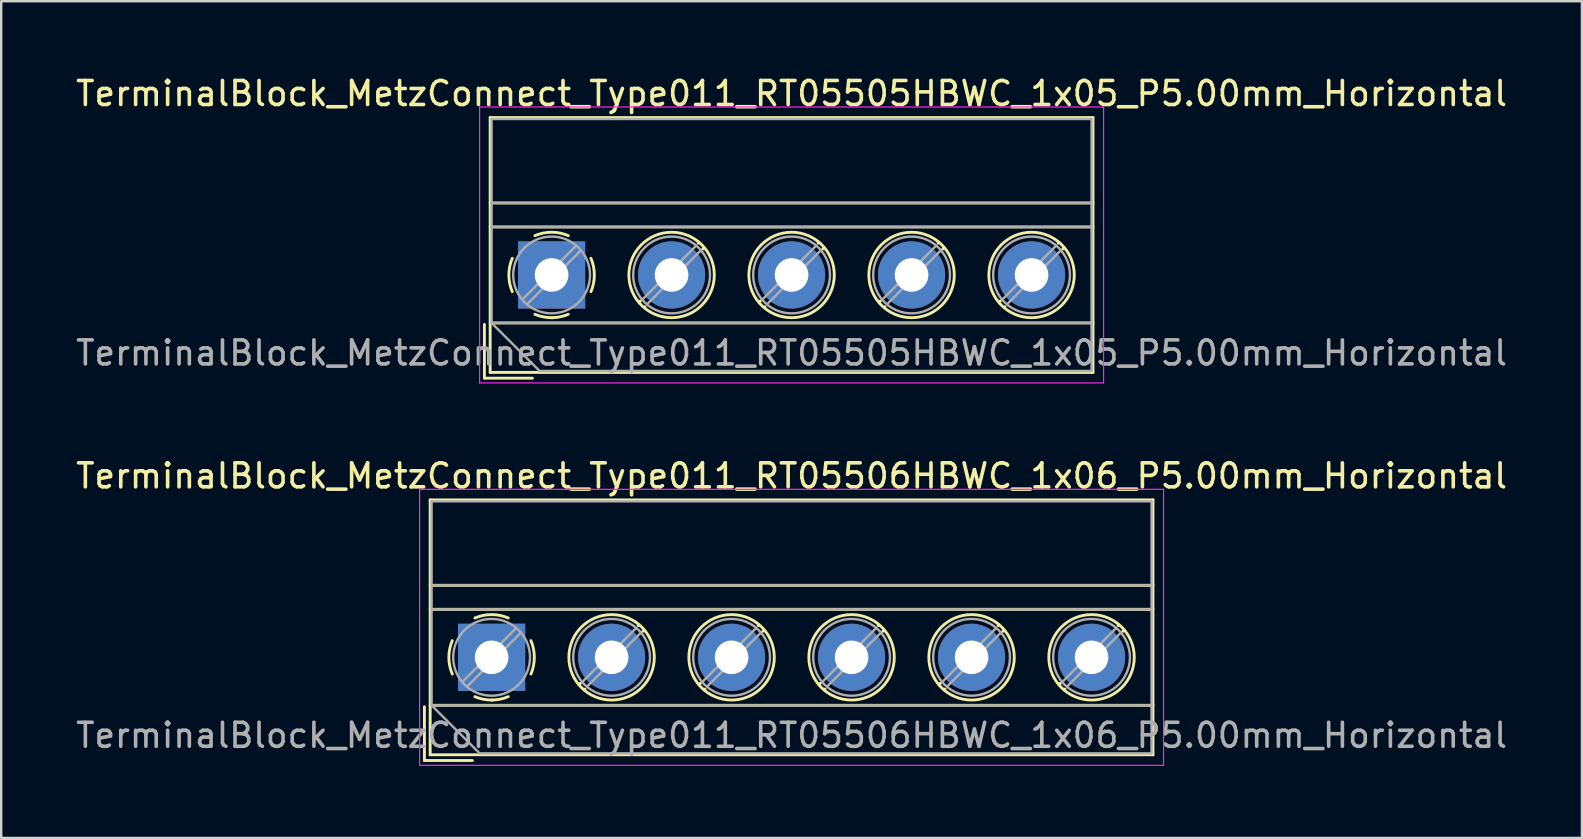
<source format=kicad_pcb>
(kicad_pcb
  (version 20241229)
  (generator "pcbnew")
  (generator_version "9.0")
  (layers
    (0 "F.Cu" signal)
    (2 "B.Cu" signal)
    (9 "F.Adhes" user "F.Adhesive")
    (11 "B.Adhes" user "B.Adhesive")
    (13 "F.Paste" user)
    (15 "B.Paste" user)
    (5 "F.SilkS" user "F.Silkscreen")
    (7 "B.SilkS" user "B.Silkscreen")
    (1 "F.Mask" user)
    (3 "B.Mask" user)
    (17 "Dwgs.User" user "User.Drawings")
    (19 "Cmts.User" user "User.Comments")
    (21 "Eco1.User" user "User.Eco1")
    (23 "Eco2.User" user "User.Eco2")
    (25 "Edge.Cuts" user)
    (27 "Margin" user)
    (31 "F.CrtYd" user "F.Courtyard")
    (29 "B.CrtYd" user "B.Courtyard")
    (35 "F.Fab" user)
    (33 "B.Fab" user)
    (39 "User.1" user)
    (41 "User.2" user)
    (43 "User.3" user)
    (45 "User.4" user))
  (footprint "TerminalBlock_MetzConnect_Type011_RT05505HBWC_1x05_P5.00mm_Horizontal"
    (layer "F.Cu")
    (at 19.935 8.408)
    (property "Reference" "TerminalBlock_MetzConnect_Type011_RT05505HBWC_1x05_P5.00mm_Horizontal" (at 10 -7.56 0) (layer "F.SilkS") (effects (font (size 1 1) (thickness 0.15))))
    (attr through_hole)
    (fp_line (start -2.8 2.06) (end -2.8 4.3) (stroke (width 0.12) (type solid)) (layer "F.SilkS"))
    (fp_line (start -2.8 4.3) (end -0.8 4.3) (stroke (width 0.12) (type solid)) (layer "F.SilkS"))
    (fp_line (start -2.56 -6.56) (end -2.56 4.06) (stroke (width 0.12) (type solid)) (layer "F.SilkS"))
    (fp_line (start -2.56 -6.56) (end 22.56 -6.56) (stroke (width 0.12) (type solid)) (layer "F.SilkS"))
    (fp_line (start -2.56 -3) (end 22.56 -3) (stroke (width 0.12) (type solid)) (layer "F.SilkS"))
    (fp_line (start -2.56 -2) (end 22.56 -2) (stroke (width 0.12) (type solid)) (layer "F.SilkS"))
    (fp_line (start -2.56 2) (end 22.56 2) (stroke (width 0.12) (type solid)) (layer "F.SilkS"))
    (fp_line (start -2.56 4.06) (end 22.56 4.06) (stroke (width 0.12) (type solid)) (layer "F.SilkS"))
    (fp_line (start 3.7 1.083) (end 3.65 1.133) (stroke (width 0.12) (type solid)) (layer "F.SilkS"))
    (fp_line (start 3.892 1.325) (end 3.868 1.35) (stroke (width 0.12) (type solid)) (layer "F.SilkS"))
    (fp_line (start 6.133 -1.35) (end 6.108 -1.326) (stroke (width 0.12) (type solid)) (layer "F.SilkS"))
    (fp_line (start 6.35 -1.133) (end 6.301 -1.083) (stroke (width 0.12) (type solid)) (layer "F.SilkS"))
    (fp_line (start 8.7 1.083) (end 8.65 1.133) (stroke (width 0.12) (type solid)) (layer "F.SilkS"))
    (fp_line (start 8.892 1.325) (end 8.868 1.35) (stroke (width 0.12) (type solid)) (layer "F.SilkS"))
    (fp_line (start 11.133 -1.35) (end 11.108 -1.326) (stroke (width 0.12) (type solid)) (layer "F.SilkS"))
    (fp_line (start 11.35 -1.133) (end 11.301 -1.083) (stroke (width 0.12) (type solid)) (layer "F.SilkS"))
    (fp_line (start 13.7 1.083) (end 13.65 1.133) (stroke (width 0.12) (type solid)) (layer "F.SilkS"))
    (fp_line (start 13.892 1.325) (end 13.868 1.35) (stroke (width 0.12) (type solid)) (layer "F.SilkS"))
    (fp_line (start 16.133 -1.35) (end 16.108 -1.326) (stroke (width 0.12) (type solid)) (layer "F.SilkS"))
    (fp_line (start 16.35 -1.133) (end 16.301 -1.083) (stroke (width 0.12) (type solid)) (layer "F.SilkS"))
    (fp_line (start 18.7 1.083) (end 18.65 1.133) (stroke (width 0.12) (type solid)) (layer "F.SilkS"))
    (fp_line (start 18.892 1.325) (end 18.868 1.35) (stroke (width 0.12) (type solid)) (layer "F.SilkS"))
    (fp_line (start 21.133 -1.35) (end 21.108 -1.326) (stroke (width 0.12) (type solid)) (layer "F.SilkS"))
    (fp_line (start 21.35 -1.133) (end 21.301 -1.083) (stroke (width 0.12) (type solid)) (layer "F.SilkS"))
    (fp_line (start 22.56 -6.56) (end 22.56 4.06) (stroke (width 0.12) (type solid)) (layer "F.SilkS"))
    (fp_arc (start -1.639206 0.695516) (mid -1.780657 -0.000263) (end -1.639 -0.696) (stroke (width 0.12) (type solid)) (layer "F.SilkS"))
    (fp_arc (start -0.695516 -1.639206) (mid 0.000263 -1.780657) (end 0.696 -1.639) (stroke (width 0.12) (type solid)) (layer "F.SilkS"))
    (fp_arc (start 0.030814 1.78039) (mid -0.340023 1.747891) (end -0.696 1.639) (stroke (width 0.12) (type solid)) (layer "F.SilkS"))
    (fp_arc (start 0.695501 1.638499) (mid 0.354875 1.744266) (end 0 1.78) (stroke (width 0.12) (type solid)) (layer "F.SilkS"))
    (fp_arc (start 1.639206 -0.695516) (mid 1.780657 0.000263) (end 1.639 0.696) (stroke (width 0.12) (type solid)) (layer "F.SilkS"))
    (fp_circle (center 5 0) (end 6.78 0) (stroke (width 0.12) (type solid)) (fill no) (layer "F.SilkS"))
    (fp_circle (center 10 0) (end 11.78 0) (stroke (width 0.12) (type solid)) (fill no) (layer "F.SilkS"))
    (fp_circle (center 15 0) (end 16.78 0) (stroke (width 0.12) (type solid)) (fill no) (layer "F.SilkS"))
    (fp_circle (center 20 0) (end 21.78 0) (stroke (width 0.12) (type solid)) (fill no) (layer "F.SilkS"))
    (fp_line (start -3 -7) (end -3 4.5) (stroke (width 0.05) (type solid)) (layer "F.CrtYd"))
    (fp_line (start -3 4.5) (end 23 4.5) (stroke (width 0.05) (type solid)) (layer "F.CrtYd"))
    (fp_line (start 23 -7) (end -3 -7) (stroke (width 0.05) (type solid)) (layer "F.CrtYd"))
    (fp_line (start 23 4.5) (end 23 -7) (stroke (width 0.05) (type solid)) (layer "F.CrtYd"))
    (fp_line (start -2.5 -6.5) (end 22.5 -6.5) (stroke (width 0.1) (type solid)) (layer "F.Fab"))
    (fp_line (start -2.5 -3) (end 22.5 -3) (stroke (width 0.1) (type solid)) (layer "F.Fab"))
    (fp_line (start -2.5 -2) (end 22.5 -2) (stroke (width 0.1) (type solid)) (layer "F.Fab"))
    (fp_line (start -2.5 2) (end -2.5 -6.5) (stroke (width 0.1) (type solid)) (layer "F.Fab"))
    (fp_line (start -2.5 2) (end 22.5 2) (stroke (width 0.1) (type solid)) (layer "F.Fab"))
    (fp_line (start -0.5 4) (end -2.5 2) (stroke (width 0.1) (type solid)) (layer "F.Fab"))
    (fp_line (start 1.019 -1.214) (end -1.214 1.018) (stroke (width 0.1) (type solid)) (layer "F.Fab"))
    (fp_line (start 1.214 -1.019) (end -1.019 1.214) (stroke (width 0.1) (type solid)) (layer "F.Fab"))
    (fp_line (start 6.019 -1.214) (end 3.787 1.018) (stroke (width 0.1) (type solid)) (layer "F.Fab"))
    (fp_line (start 6.214 -1.019) (end 3.982 1.214) (stroke (width 0.1) (type solid)) (layer "F.Fab"))
    (fp_line (start 11.019 -1.214) (end 8.787 1.018) (stroke (width 0.1) (type solid)) (layer "F.Fab"))
    (fp_line (start 11.214 -1.019) (end 8.982 1.214) (stroke (width 0.1) (type solid)) (layer "F.Fab"))
    (fp_line (start 16.019 -1.214) (end 13.787 1.018) (stroke (width 0.1) (type solid)) (layer "F.Fab"))
    (fp_line (start 16.214 -1.019) (end 13.982 1.214) (stroke (width 0.1) (type solid)) (layer "F.Fab"))
    (fp_line (start 21.019 -1.214) (end 18.787 1.018) (stroke (width 0.1) (type solid)) (layer "F.Fab"))
    (fp_line (start 21.214 -1.019) (end 18.982 1.214) (stroke (width 0.1) (type solid)) (layer "F.Fab"))
    (fp_line (start 22.5 -6.5) (end 22.5 4) (stroke (width 0.1) (type solid)) (layer "F.Fab"))
    (fp_line (start 22.5 4) (end -0.5 4) (stroke (width 0.1) (type solid)) (layer "F.Fab"))
    (fp_circle (center 0 0) (end 1.6 0) (stroke (width 0.1) (type solid)) (fill no) (layer "F.Fab"))
    (fp_circle (center 5 0) (end 6.6 0) (stroke (width 0.1) (type solid)) (fill no) (layer "F.Fab"))
    (fp_circle (center 10 0) (end 11.6 0) (stroke (width 0.1) (type solid)) (fill no) (layer "F.Fab"))
    (fp_circle (center 15 0) (end 16.6 0) (stroke (width 0.1) (type solid)) (fill no) (layer "F.Fab"))
    (fp_circle (center 20 0) (end 21.6 0) (stroke (width 0.1) (type solid)) (fill no) (layer "F.Fab"))
    (fp_text user "${REFERENCE}" (at 10 3.25 0) (layer "F.Fab") (effects (font (size 1 1) (thickness 0.15))))
    (pad "1" thru_hole rect (at 0 0) (size 2.8 2.8) (drill 1.4) (layers "*.Cu" "*.Mask"))
    (pad "2" thru_hole circle (at 5 0) (size 2.8 2.8) (drill 1.4) (layers "*.Cu" "*.Mask"))
    (pad "3" thru_hole circle (at 10 0) (size 2.8 2.8) (drill 1.4) (layers "*.Cu" "*.Mask"))
    (pad "4" thru_hole circle (at 15 0) (size 2.8 2.8) (drill 1.4) (layers "*.Cu" "*.Mask"))
    (pad "5" thru_hole circle (at 20 0) (size 2.8 2.8) (drill 1.4) (layers "*.Cu" "*.Mask")))
  (footprint "TerminalBlock_MetzConnect_Type011_RT05506HBWC_1x06_P5.00mm_Horizontal"
    (layer "F.Cu")
    (at 17.435 24.341)
    (property "Reference" "TerminalBlock_MetzConnect_Type011_RT05506HBWC_1x06_P5.00mm_Horizontal" (at 12.5 -7.56 0) (layer "F.SilkS") (effects (font (size 1 1) (thickness 0.15))))
    (attr through_hole)
    (fp_line (start -2.8 2.06) (end -2.8 4.3) (stroke (width 0.12) (type solid)) (layer "F.SilkS"))
    (fp_line (start -2.8 4.3) (end -0.8 4.3) (stroke (width 0.12) (type solid)) (layer "F.SilkS"))
    (fp_line (start -2.56 -6.56) (end -2.56 4.06) (stroke (width 0.12) (type solid)) (layer "F.SilkS"))
    (fp_line (start -2.56 -6.56) (end 27.56 -6.56) (stroke (width 0.12) (type solid)) (layer "F.SilkS"))
    (fp_line (start -2.56 -3) (end 27.56 -3) (stroke (width 0.12) (type solid)) (layer "F.SilkS"))
    (fp_line (start -2.56 -2) (end 27.56 -2) (stroke (width 0.12) (type solid)) (layer "F.SilkS"))
    (fp_line (start -2.56 2) (end 27.56 2) (stroke (width 0.12) (type solid)) (layer "F.SilkS"))
    (fp_line (start -2.56 4.06) (end 27.56 4.06) (stroke (width 0.12) (type solid)) (layer "F.SilkS"))
    (fp_line (start 3.7 1.083) (end 3.65 1.133) (stroke (width 0.12) (type solid)) (layer "F.SilkS"))
    (fp_line (start 3.892 1.325) (end 3.868 1.35) (stroke (width 0.12) (type solid)) (layer "F.SilkS"))
    (fp_line (start 6.133 -1.35) (end 6.108 -1.326) (stroke (width 0.12) (type solid)) (layer "F.SilkS"))
    (fp_line (start 6.35 -1.133) (end 6.301 -1.083) (stroke (width 0.12) (type solid)) (layer "F.SilkS"))
    (fp_line (start 8.7 1.083) (end 8.65 1.133) (stroke (width 0.12) (type solid)) (layer "F.SilkS"))
    (fp_line (start 8.892 1.325) (end 8.868 1.35) (stroke (width 0.12) (type solid)) (layer "F.SilkS"))
    (fp_line (start 11.133 -1.35) (end 11.108 -1.326) (stroke (width 0.12) (type solid)) (layer "F.SilkS"))
    (fp_line (start 11.35 -1.133) (end 11.301 -1.083) (stroke (width 0.12) (type solid)) (layer "F.SilkS"))
    (fp_line (start 13.7 1.083) (end 13.65 1.133) (stroke (width 0.12) (type solid)) (layer "F.SilkS"))
    (fp_line (start 13.892 1.325) (end 13.868 1.35) (stroke (width 0.12) (type solid)) (layer "F.SilkS"))
    (fp_line (start 16.133 -1.35) (end 16.108 -1.326) (stroke (width 0.12) (type solid)) (layer "F.SilkS"))
    (fp_line (start 16.35 -1.133) (end 16.301 -1.083) (stroke (width 0.12) (type solid)) (layer "F.SilkS"))
    (fp_line (start 18.7 1.083) (end 18.65 1.133) (stroke (width 0.12) (type solid)) (layer "F.SilkS"))
    (fp_line (start 18.892 1.325) (end 18.868 1.35) (stroke (width 0.12) (type solid)) (layer "F.SilkS"))
    (fp_line (start 21.133 -1.35) (end 21.108 -1.326) (stroke (width 0.12) (type solid)) (layer "F.SilkS"))
    (fp_line (start 21.35 -1.133) (end 21.301 -1.083) (stroke (width 0.12) (type solid)) (layer "F.SilkS"))
    (fp_line (start 23.7 1.083) (end 23.65 1.133) (stroke (width 0.12) (type solid)) (layer "F.SilkS"))
    (fp_line (start 23.892 1.325) (end 23.868 1.35) (stroke (width 0.12) (type solid)) (layer "F.SilkS"))
    (fp_line (start 26.133 -1.35) (end 26.108 -1.326) (stroke (width 0.12) (type solid)) (layer "F.SilkS"))
    (fp_line (start 26.35 -1.133) (end 26.301 -1.083) (stroke (width 0.12) (type solid)) (layer "F.SilkS"))
    (fp_line (start 27.56 -6.56) (end 27.56 4.06) (stroke (width 0.12) (type solid)) (layer "F.SilkS"))
    (fp_arc (start -1.639206 0.695516) (mid -1.780657 -0.000263) (end -1.639 -0.696) (stroke (width 0.12) (type solid)) (layer "F.SilkS"))
    (fp_arc (start -0.695516 -1.639206) (mid 0.000263 -1.780657) (end 0.696 -1.639) (stroke (width 0.12) (type solid)) (layer "F.SilkS"))
    (fp_arc (start 0.030814 1.78039) (mid -0.340023 1.747891) (end -0.696 1.639) (stroke (width 0.12) (type solid)) (layer "F.SilkS"))
    (fp_arc (start 0.695501 1.638499) (mid 0.354875 1.744266) (end 0 1.78) (stroke (width 0.12) (type solid)) (layer "F.SilkS"))
    (fp_arc (start 1.639206 -0.695516) (mid 1.780657 0.000263) (end 1.639 0.696) (stroke (width 0.12) (type solid)) (layer "F.SilkS"))
    (fp_circle (center 5 0) (end 6.78 0) (stroke (width 0.12) (type solid)) (fill no) (layer "F.SilkS"))
    (fp_circle (center 10 0) (end 11.78 0) (stroke (width 0.12) (type solid)) (fill no) (layer "F.SilkS"))
    (fp_circle (center 15 0) (end 16.78 0) (stroke (width 0.12) (type solid)) (fill no) (layer "F.SilkS"))
    (fp_circle (center 20 0) (end 21.78 0) (stroke (width 0.12) (type solid)) (fill no) (layer "F.SilkS"))
    (fp_circle (center 25 0) (end 26.78 0) (stroke (width 0.12) (type solid)) (fill no) (layer "F.SilkS"))
    (fp_line (start -3 -7) (end -3 4.5) (stroke (width 0.05) (type solid)) (layer "F.CrtYd"))
    (fp_line (start -3 4.5) (end 28 4.5) (stroke (width 0.05) (type solid)) (layer "F.CrtYd"))
    (fp_line (start 28 -7) (end -3 -7) (stroke (width 0.05) (type solid)) (layer "F.CrtYd"))
    (fp_line (start 28 4.5) (end 28 -7) (stroke (width 0.05) (type solid)) (layer "F.CrtYd"))
    (fp_line (start -2.5 -6.5) (end 27.5 -6.5) (stroke (width 0.1) (type solid)) (layer "F.Fab"))
    (fp_line (start -2.5 -3) (end 27.5 -3) (stroke (width 0.1) (type solid)) (layer "F.Fab"))
    (fp_line (start -2.5 -2) (end 27.5 -2) (stroke (width 0.1) (type solid)) (layer "F.Fab"))
    (fp_line (start -2.5 2) (end -2.5 -6.5) (stroke (width 0.1) (type solid)) (layer "F.Fab"))
    (fp_line (start -2.5 2) (end 27.5 2) (stroke (width 0.1) (type solid)) (layer "F.Fab"))
    (fp_line (start -0.5 4) (end -2.5 2) (stroke (width 0.1) (type solid)) (layer "F.Fab"))
    (fp_line (start 1.019 -1.214) (end -1.214 1.018) (stroke (width 0.1) (type solid)) (layer "F.Fab"))
    (fp_line (start 1.214 -1.019) (end -1.019 1.214) (stroke (width 0.1) (type solid)) (layer "F.Fab"))
    (fp_line (start 6.019 -1.214) (end 3.787 1.018) (stroke (width 0.1) (type solid)) (layer "F.Fab"))
    (fp_line (start 6.214 -1.019) (end 3.982 1.214) (stroke (width 0.1) (type solid)) (layer "F.Fab"))
    (fp_line (start 11.019 -1.214) (end 8.787 1.018) (stroke (width 0.1) (type solid)) (layer "F.Fab"))
    (fp_line (start 11.214 -1.019) (end 8.982 1.214) (stroke (width 0.1) (type solid)) (layer "F.Fab"))
    (fp_line (start 16.019 -1.214) (end 13.787 1.018) (stroke (width 0.1) (type solid)) (layer "F.Fab"))
    (fp_line (start 16.214 -1.019) (end 13.982 1.214) (stroke (width 0.1) (type solid)) (layer "F.Fab"))
    (fp_line (start 21.019 -1.214) (end 18.787 1.018) (stroke (width 0.1) (type solid)) (layer "F.Fab"))
    (fp_line (start 21.214 -1.019) (end 18.982 1.214) (stroke (width 0.1) (type solid)) (layer "F.Fab"))
    (fp_line (start 26.019 -1.214) (end 23.787 1.018) (stroke (width 0.1) (type solid)) (layer "F.Fab"))
    (fp_line (start 26.214 -1.019) (end 23.982 1.214) (stroke (width 0.1) (type solid)) (layer "F.Fab"))
    (fp_line (start 27.5 -6.5) (end 27.5 4) (stroke (width 0.1) (type solid)) (layer "F.Fab"))
    (fp_line (start 27.5 4) (end -0.5 4) (stroke (width 0.1) (type solid)) (layer "F.Fab"))
    (fp_circle (center 0 0) (end 1.6 0) (stroke (width 0.1) (type solid)) (fill no) (layer "F.Fab"))
    (fp_circle (center 5 0) (end 6.6 0) (stroke (width 0.1) (type solid)) (fill no) (layer "F.Fab"))
    (fp_circle (center 10 0) (end 11.6 0) (stroke (width 0.1) (type solid)) (fill no) (layer "F.Fab"))
    (fp_circle (center 15 0) (end 16.6 0) (stroke (width 0.1) (type solid)) (fill no) (layer "F.Fab"))
    (fp_circle (center 20 0) (end 21.6 0) (stroke (width 0.1) (type solid)) (fill no) (layer "F.Fab"))
    (fp_circle (center 25 0) (end 26.6 0) (stroke (width 0.1) (type solid)) (fill no) (layer "F.Fab"))
    (fp_text user "${REFERENCE}" (at 12.5 3.25 0) (layer "F.Fab") (effects (font (size 1 1) (thickness 0.15))))
    (pad "1" thru_hole rect (at 0 0) (size 2.8 2.8) (drill 1.4) (layers "*.Cu" "*.Mask"))
    (pad "2" thru_hole circle (at 5 0) (size 2.8 2.8) (drill 1.4) (layers "*.Cu" "*.Mask"))
    (pad "3" thru_hole circle (at 10 0) (size 2.8 2.8) (drill 1.4) (layers "*.Cu" "*.Mask"))
    (pad "4" thru_hole circle (at 15 0) (size 2.8 2.8) (drill 1.4) (layers "*.Cu" "*.Mask"))
    (pad "5" thru_hole circle (at 20 0) (size 2.8 2.8) (drill 1.4) (layers "*.Cu" "*.Mask"))
    (pad "6" thru_hole circle (at 25 0) (size 2.8 2.8) (drill 1.4) (layers "*.Cu" "*.Mask")))
  (gr_rect
    (start -3 -3)
    (end 62.869 31.866)
    (stroke (width 0.1) (type default))
    (fill no)
    (layer "Edge.Cuts")))
</source>
